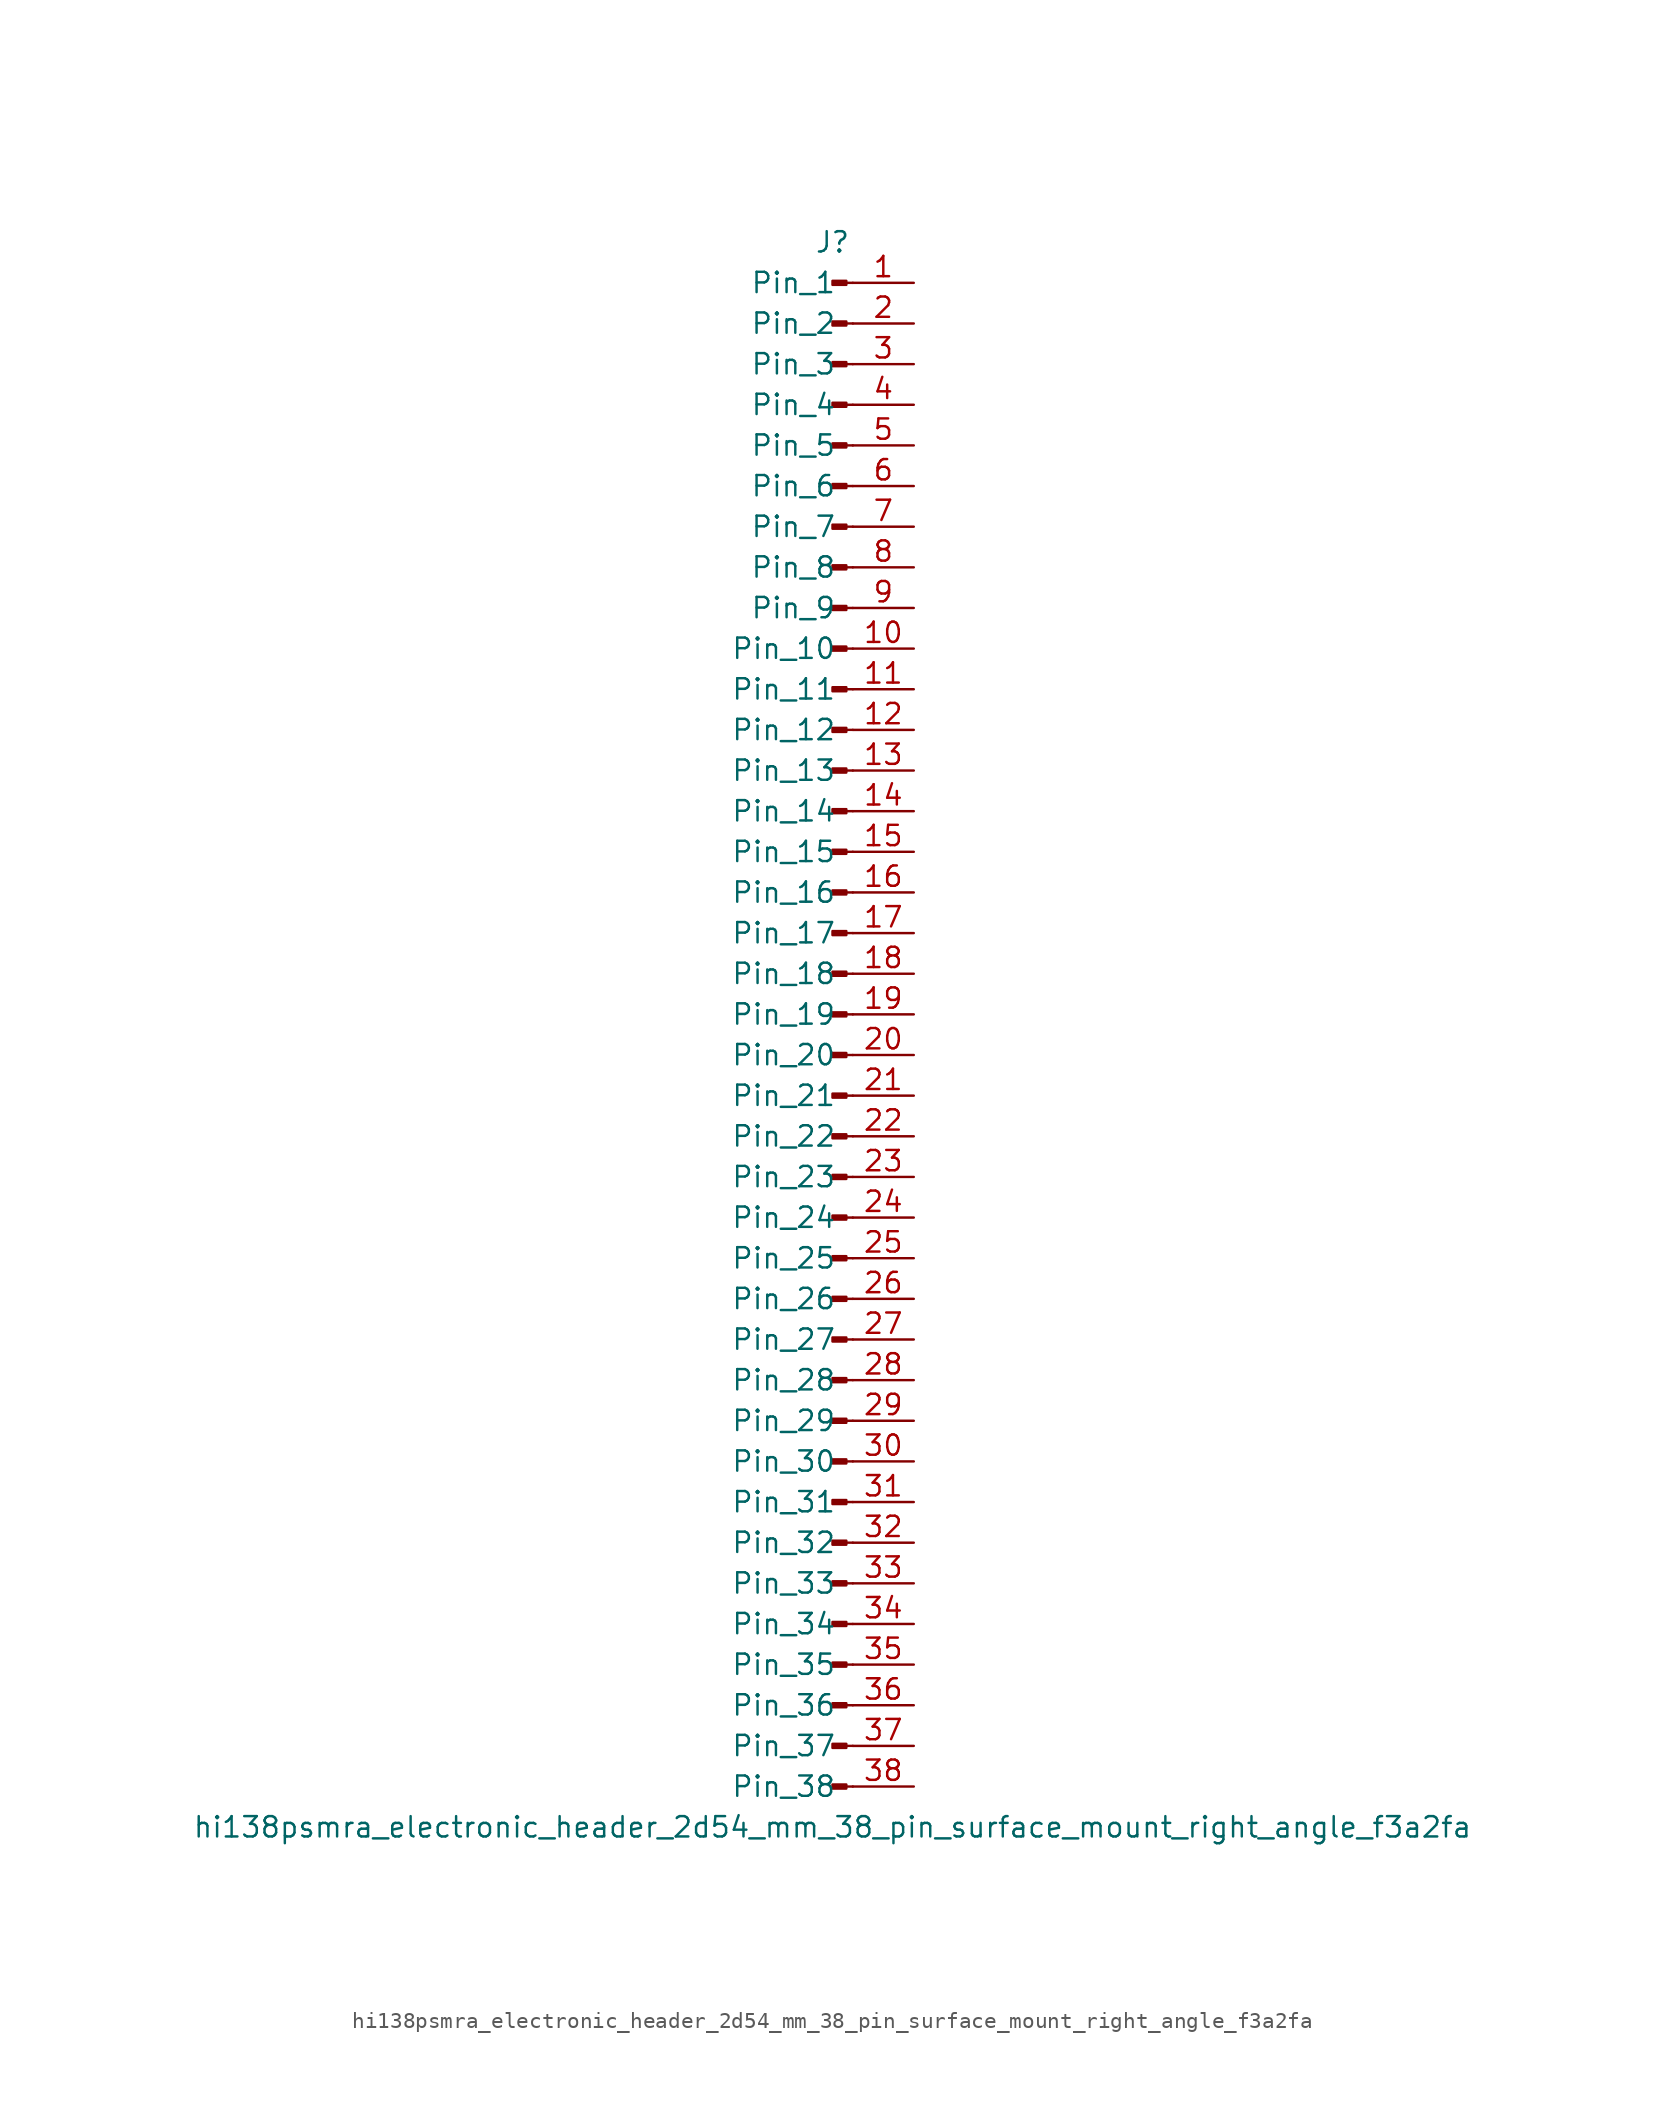
<source format=kicad_sym>
(kicad_symbol_lib
  (version 20220914)
  (generator kicad_symbol_editor)
  (symbol "hi138psmra_electronic_header_2d54_mm_38_pin_surface_mount_right_angle_f3a2fa"
    (pin_names
      (offset 1.016))
    (property "Reference" "J"
      (at 0 48.26 0)
      (effects (font (size 1.27 1.27))))
    (property "Value" "hi138psmra_electronic_header_2d54_mm_38_pin_surface_mount_right_angle_f3a2fa"
      (at 0 -50.8 0)
      (effects (font (size 1.27 1.27))))
    (property "ki_locked" ""
      (at 0 0 0)
      (effects (font (size 1.27 1.27))))
    (symbol "hi138psmra_electronic_header_2d54_mm_38_pin_surface_mount_right_angle_f3a2fa_1_1"
      (polyline (pts (xy 1.27 -48.26) (xy 0.864 -48.26)) (stroke (width 0.152) (type default)) (fill (type none)))
      (polyline (pts (xy 1.27 -45.72) (xy 0.864 -45.72)) (stroke (width 0.152) (type default)) (fill (type none)))
      (polyline (pts (xy 1.27 -43.18) (xy 0.864 -43.18)) (stroke (width 0.152) (type default)) (fill (type none)))
      (polyline (pts (xy 1.27 -40.64) (xy 0.864 -40.64)) (stroke (width 0.152) (type default)) (fill (type none)))
      (polyline (pts (xy 1.27 -38.1) (xy 0.864 -38.1)) (stroke (width 0.152) (type default)) (fill (type none)))
      (polyline (pts (xy 1.27 -35.56) (xy 0.864 -35.56)) (stroke (width 0.152) (type default)) (fill (type none)))
      (polyline (pts (xy 1.27 -33.02) (xy 0.864 -33.02)) (stroke (width 0.152) (type default)) (fill (type none)))
      (polyline (pts (xy 1.27 -30.48) (xy 0.864 -30.48)) (stroke (width 0.152) (type default)) (fill (type none)))
      (polyline (pts (xy 1.27 -27.94) (xy 0.864 -27.94)) (stroke (width 0.152) (type default)) (fill (type none)))
      (polyline (pts (xy 1.27 -25.4) (xy 0.864 -25.4)) (stroke (width 0.152) (type default)) (fill (type none)))
      (polyline (pts (xy 1.27 -22.86) (xy 0.864 -22.86)) (stroke (width 0.152) (type default)) (fill (type none)))
      (polyline (pts (xy 1.27 -20.32) (xy 0.864 -20.32)) (stroke (width 0.152) (type default)) (fill (type none)))
      (polyline (pts (xy 1.27 -17.78) (xy 0.864 -17.78)) (stroke (width 0.152) (type default)) (fill (type none)))
      (polyline (pts (xy 1.27 -15.24) (xy 0.864 -15.24)) (stroke (width 0.152) (type default)) (fill (type none)))
      (polyline (pts (xy 1.27 -12.7) (xy 0.864 -12.7)) (stroke (width 0.152) (type default)) (fill (type none)))
      (polyline (pts (xy 1.27 -10.16) (xy 0.864 -10.16)) (stroke (width 0.152) (type default)) (fill (type none)))
      (polyline (pts (xy 1.27 -7.62) (xy 0.864 -7.62)) (stroke (width 0.152) (type default)) (fill (type none)))
      (polyline (pts (xy 1.27 -5.08) (xy 0.864 -5.08)) (stroke (width 0.152) (type default)) (fill (type none)))
      (polyline (pts (xy 1.27 -2.54) (xy 0.864 -2.54)) (stroke (width 0.152) (type default)) (fill (type none)))
      (polyline (pts (xy 1.27 0) (xy 0.864 0)) (stroke (width 0.152) (type default)) (fill (type none)))
      (polyline (pts (xy 1.27 2.54) (xy 0.864 2.54)) (stroke (width 0.152) (type default)) (fill (type none)))
      (polyline (pts (xy 1.27 5.08) (xy 0.864 5.08)) (stroke (width 0.152) (type default)) (fill (type none)))
      (polyline (pts (xy 1.27 7.62) (xy 0.864 7.62)) (stroke (width 0.152) (type default)) (fill (type none)))
      (polyline (pts (xy 1.27 10.16) (xy 0.864 10.16)) (stroke (width 0.152) (type default)) (fill (type none)))
      (polyline (pts (xy 1.27 12.7) (xy 0.864 12.7)) (stroke (width 0.152) (type default)) (fill (type none)))
      (polyline (pts (xy 1.27 15.24) (xy 0.864 15.24)) (stroke (width 0.152) (type default)) (fill (type none)))
      (polyline (pts (xy 1.27 17.78) (xy 0.864 17.78)) (stroke (width 0.152) (type default)) (fill (type none)))
      (polyline (pts (xy 1.27 20.32) (xy 0.864 20.32)) (stroke (width 0.152) (type default)) (fill (type none)))
      (polyline (pts (xy 1.27 22.86) (xy 0.864 22.86)) (stroke (width 0.152) (type default)) (fill (type none)))
      (polyline (pts (xy 1.27 25.4) (xy 0.864 25.4)) (stroke (width 0.152) (type default)) (fill (type none)))
      (polyline (pts (xy 1.27 27.94) (xy 0.864 27.94)) (stroke (width 0.152) (type default)) (fill (type none)))
      (polyline (pts (xy 1.27 30.48) (xy 0.864 30.48)) (stroke (width 0.152) (type default)) (fill (type none)))
      (polyline (pts (xy 1.27 33.02) (xy 0.864 33.02)) (stroke (width 0.152) (type default)) (fill (type none)))
      (polyline (pts (xy 1.27 35.56) (xy 0.864 35.56)) (stroke (width 0.152) (type default)) (fill (type none)))
      (polyline (pts (xy 1.27 38.1) (xy 0.864 38.1)) (stroke (width 0.152) (type default)) (fill (type none)))
      (polyline (pts (xy 1.27 40.64) (xy 0.864 40.64)) (stroke (width 0.152) (type default)) (fill (type none)))
      (polyline (pts (xy 1.27 43.18) (xy 0.864 43.18)) (stroke (width 0.152) (type default)) (fill (type none)))
      (polyline (pts (xy 1.27 45.72) (xy 0.864 45.72)) (stroke (width 0.152) (type default)) (fill (type none)))
      (rectangle (start 0.864 -48.133) (end 0 -48.387) (stroke (width 0.152) (type default)) (fill (type outline)))
      (rectangle (start 0.864 -45.593) (end 0 -45.847) (stroke (width 0.152) (type default)) (fill (type outline)))
      (rectangle (start 0.864 -43.053) (end 0 -43.307) (stroke (width 0.152) (type default)) (fill (type outline)))
      (rectangle (start 0.864 -40.513) (end 0 -40.767) (stroke (width 0.152) (type default)) (fill (type outline)))
      (rectangle (start 0.864 -37.973) (end 0 -38.227) (stroke (width 0.152) (type default)) (fill (type outline)))
      (rectangle (start 0.864 -35.433) (end 0 -35.687) (stroke (width 0.152) (type default)) (fill (type outline)))
      (rectangle (start 0.864 -32.893) (end 0 -33.147) (stroke (width 0.152) (type default)) (fill (type outline)))
      (rectangle (start 0.864 -30.353) (end 0 -30.607) (stroke (width 0.152) (type default)) (fill (type outline)))
      (rectangle (start 0.864 -27.813) (end 0 -28.067) (stroke (width 0.152) (type default)) (fill (type outline)))
      (rectangle (start 0.864 -25.273) (end 0 -25.527) (stroke (width 0.152) (type default)) (fill (type outline)))
      (rectangle (start 0.864 -22.733) (end 0 -22.987) (stroke (width 0.152) (type default)) (fill (type outline)))
      (rectangle (start 0.864 -20.193) (end 0 -20.447) (stroke (width 0.152) (type default)) (fill (type outline)))
      (rectangle (start 0.864 -17.653) (end 0 -17.907) (stroke (width 0.152) (type default)) (fill (type outline)))
      (rectangle (start 0.864 -15.113) (end 0 -15.367) (stroke (width 0.152) (type default)) (fill (type outline)))
      (rectangle (start 0.864 -12.573) (end 0 -12.827) (stroke (width 0.152) (type default)) (fill (type outline)))
      (rectangle (start 0.864 -10.033) (end 0 -10.287) (stroke (width 0.152) (type default)) (fill (type outline)))
      (rectangle (start 0.864 -7.493) (end 0 -7.747) (stroke (width 0.152) (type default)) (fill (type outline)))
      (rectangle (start 0.864 -4.953) (end 0 -5.207) (stroke (width 0.152) (type default)) (fill (type outline)))
      (rectangle (start 0.864 -2.413) (end 0 -2.667) (stroke (width 0.152) (type default)) (fill (type outline)))
      (rectangle (start 0.864 0.127) (end 0 -0.127) (stroke (width 0.152) (type default)) (fill (type outline)))
      (rectangle (start 0.864 2.667) (end 0 2.413) (stroke (width 0.152) (type default)) (fill (type outline)))
      (rectangle (start 0.864 5.207) (end 0 4.953) (stroke (width 0.152) (type default)) (fill (type outline)))
      (rectangle (start 0.864 7.747) (end 0 7.493) (stroke (width 0.152) (type default)) (fill (type outline)))
      (rectangle (start 0.864 10.287) (end 0 10.033) (stroke (width 0.152) (type default)) (fill (type outline)))
      (rectangle (start 0.864 12.827) (end 0 12.573) (stroke (width 0.152) (type default)) (fill (type outline)))
      (rectangle (start 0.864 15.367) (end 0 15.113) (stroke (width 0.152) (type default)) (fill (type outline)))
      (rectangle (start 0.864 17.907) (end 0 17.653) (stroke (width 0.152) (type default)) (fill (type outline)))
      (rectangle (start 0.864 20.447) (end 0 20.193) (stroke (width 0.152) (type default)) (fill (type outline)))
      (rectangle (start 0.864 22.987) (end 0 22.733) (stroke (width 0.152) (type default)) (fill (type outline)))
      (rectangle (start 0.864 25.527) (end 0 25.273) (stroke (width 0.152) (type default)) (fill (type outline)))
      (rectangle (start 0.864 28.067) (end 0 27.813) (stroke (width 0.152) (type default)) (fill (type outline)))
      (rectangle (start 0.864 30.607) (end 0 30.353) (stroke (width 0.152) (type default)) (fill (type outline)))
      (rectangle (start 0.864 33.147) (end 0 32.893) (stroke (width 0.152) (type default)) (fill (type outline)))
      (rectangle (start 0.864 35.687) (end 0 35.433) (stroke (width 0.152) (type default)) (fill (type outline)))
      (rectangle (start 0.864 38.227) (end 0 37.973) (stroke (width 0.152) (type default)) (fill (type outline)))
      (rectangle (start 0.864 40.767) (end 0 40.513) (stroke (width 0.152) (type default)) (fill (type outline)))
      (rectangle (start 0.864 43.307) (end 0 43.053) (stroke (width 0.152) (type default)) (fill (type outline)))
      (rectangle (start 0.864 45.847) (end 0 45.593) (stroke (width 0.152) (type default)) (fill (type outline)))
      (pin passive line (at 5.08 45.72 180) (length 3.81) (name "Pin_1" (effects (font (size 1.27 1.27)))) (number "1" (effects (font (size 1.27 1.27)))))
      (pin passive line (at 5.08 22.86 180) (length 3.81) (name "Pin_10" (effects (font (size 1.27 1.27)))) (number "10" (effects (font (size 1.27 1.27)))))
      (pin passive line (at 5.08 20.32 180) (length 3.81) (name "Pin_11" (effects (font (size 1.27 1.27)))) (number "11" (effects (font (size 1.27 1.27)))))
      (pin passive line (at 5.08 17.78 180) (length 3.81) (name "Pin_12" (effects (font (size 1.27 1.27)))) (number "12" (effects (font (size 1.27 1.27)))))
      (pin passive line (at 5.08 15.24 180) (length 3.81) (name "Pin_13" (effects (font (size 1.27 1.27)))) (number "13" (effects (font (size 1.27 1.27)))))
      (pin passive line (at 5.08 12.7 180) (length 3.81) (name "Pin_14" (effects (font (size 1.27 1.27)))) (number "14" (effects (font (size 1.27 1.27)))))
      (pin passive line (at 5.08 10.16 180) (length 3.81) (name "Pin_15" (effects (font (size 1.27 1.27)))) (number "15" (effects (font (size 1.27 1.27)))))
      (pin passive line (at 5.08 7.62 180) (length 3.81) (name "Pin_16" (effects (font (size 1.27 1.27)))) (number "16" (effects (font (size 1.27 1.27)))))
      (pin passive line (at 5.08 5.08 180) (length 3.81) (name "Pin_17" (effects (font (size 1.27 1.27)))) (number "17" (effects (font (size 1.27 1.27)))))
      (pin passive line (at 5.08 2.54 180) (length 3.81) (name "Pin_18" (effects (font (size 1.27 1.27)))) (number "18" (effects (font (size 1.27 1.27)))))
      (pin passive line (at 5.08 0 180) (length 3.81) (name "Pin_19" (effects (font (size 1.27 1.27)))) (number "19" (effects (font (size 1.27 1.27)))))
      (pin passive line (at 5.08 43.18 180) (length 3.81) (name "Pin_2" (effects (font (size 1.27 1.27)))) (number "2" (effects (font (size 1.27 1.27)))))
      (pin passive line (at 5.08 -2.54 180) (length 3.81) (name "Pin_20" (effects (font (size 1.27 1.27)))) (number "20" (effects (font (size 1.27 1.27)))))
      (pin passive line (at 5.08 -5.08 180) (length 3.81) (name "Pin_21" (effects (font (size 1.27 1.27)))) (number "21" (effects (font (size 1.27 1.27)))))
      (pin passive line (at 5.08 -7.62 180) (length 3.81) (name "Pin_22" (effects (font (size 1.27 1.27)))) (number "22" (effects (font (size 1.27 1.27)))))
      (pin passive line (at 5.08 -10.16 180) (length 3.81) (name "Pin_23" (effects (font (size 1.27 1.27)))) (number "23" (effects (font (size 1.27 1.27)))))
      (pin passive line (at 5.08 -12.7 180) (length 3.81) (name "Pin_24" (effects (font (size 1.27 1.27)))) (number "24" (effects (font (size 1.27 1.27)))))
      (pin passive line (at 5.08 -15.24 180) (length 3.81) (name "Pin_25" (effects (font (size 1.27 1.27)))) (number "25" (effects (font (size 1.27 1.27)))))
      (pin passive line (at 5.08 -17.78 180) (length 3.81) (name "Pin_26" (effects (font (size 1.27 1.27)))) (number "26" (effects (font (size 1.27 1.27)))))
      (pin passive line (at 5.08 -20.32 180) (length 3.81) (name "Pin_27" (effects (font (size 1.27 1.27)))) (number "27" (effects (font (size 1.27 1.27)))))
      (pin passive line (at 5.08 -22.86 180) (length 3.81) (name "Pin_28" (effects (font (size 1.27 1.27)))) (number "28" (effects (font (size 1.27 1.27)))))
      (pin passive line (at 5.08 -25.4 180) (length 3.81) (name "Pin_29" (effects (font (size 1.27 1.27)))) (number "29" (effects (font (size 1.27 1.27)))))
      (pin passive line (at 5.08 40.64 180) (length 3.81) (name "Pin_3" (effects (font (size 1.27 1.27)))) (number "3" (effects (font (size 1.27 1.27)))))
      (pin passive line (at 5.08 -27.94 180) (length 3.81) (name "Pin_30" (effects (font (size 1.27 1.27)))) (number "30" (effects (font (size 1.27 1.27)))))
      (pin passive line (at 5.08 -30.48 180) (length 3.81) (name "Pin_31" (effects (font (size 1.27 1.27)))) (number "31" (effects (font (size 1.27 1.27)))))
      (pin passive line (at 5.08 -33.02 180) (length 3.81) (name "Pin_32" (effects (font (size 1.27 1.27)))) (number "32" (effects (font (size 1.27 1.27)))))
      (pin passive line (at 5.08 -35.56 180) (length 3.81) (name "Pin_33" (effects (font (size 1.27 1.27)))) (number "33" (effects (font (size 1.27 1.27)))))
      (pin passive line (at 5.08 -38.1 180) (length 3.81) (name "Pin_34" (effects (font (size 1.27 1.27)))) (number "34" (effects (font (size 1.27 1.27)))))
      (pin passive line (at 5.08 -40.64 180) (length 3.81) (name "Pin_35" (effects (font (size 1.27 1.27)))) (number "35" (effects (font (size 1.27 1.27)))))
      (pin passive line (at 5.08 -43.18 180) (length 3.81) (name "Pin_36" (effects (font (size 1.27 1.27)))) (number "36" (effects (font (size 1.27 1.27)))))
      (pin passive line (at 5.08 -45.72 180) (length 3.81) (name "Pin_37" (effects (font (size 1.27 1.27)))) (number "37" (effects (font (size 1.27 1.27)))))
      (pin passive line (at 5.08 -48.26 180) (length 3.81) (name "Pin_38" (effects (font (size 1.27 1.27)))) (number "38" (effects (font (size 1.27 1.27)))))
      (pin passive line (at 5.08 38.1 180) (length 3.81) (name "Pin_4" (effects (font (size 1.27 1.27)))) (number "4" (effects (font (size 1.27 1.27)))))
      (pin passive line (at 5.08 35.56 180) (length 3.81) (name "Pin_5" (effects (font (size 1.27 1.27)))) (number "5" (effects (font (size 1.27 1.27)))))
      (pin passive line (at 5.08 33.02 180) (length 3.81) (name "Pin_6" (effects (font (size 1.27 1.27)))) (number "6" (effects (font (size 1.27 1.27)))))
      (pin passive line (at 5.08 30.48 180) (length 3.81) (name "Pin_7" (effects (font (size 1.27 1.27)))) (number "7" (effects (font (size 1.27 1.27)))))
      (pin passive line (at 5.08 27.94 180) (length 3.81) (name "Pin_8" (effects (font (size 1.27 1.27)))) (number "8" (effects (font (size 1.27 1.27)))))
      (pin passive line (at 5.08 25.4 180) (length 3.81) (name "Pin_9" (effects (font (size 1.27 1.27)))) (number "9" (effects (font (size 1.27 1.27))))))))
</source>
